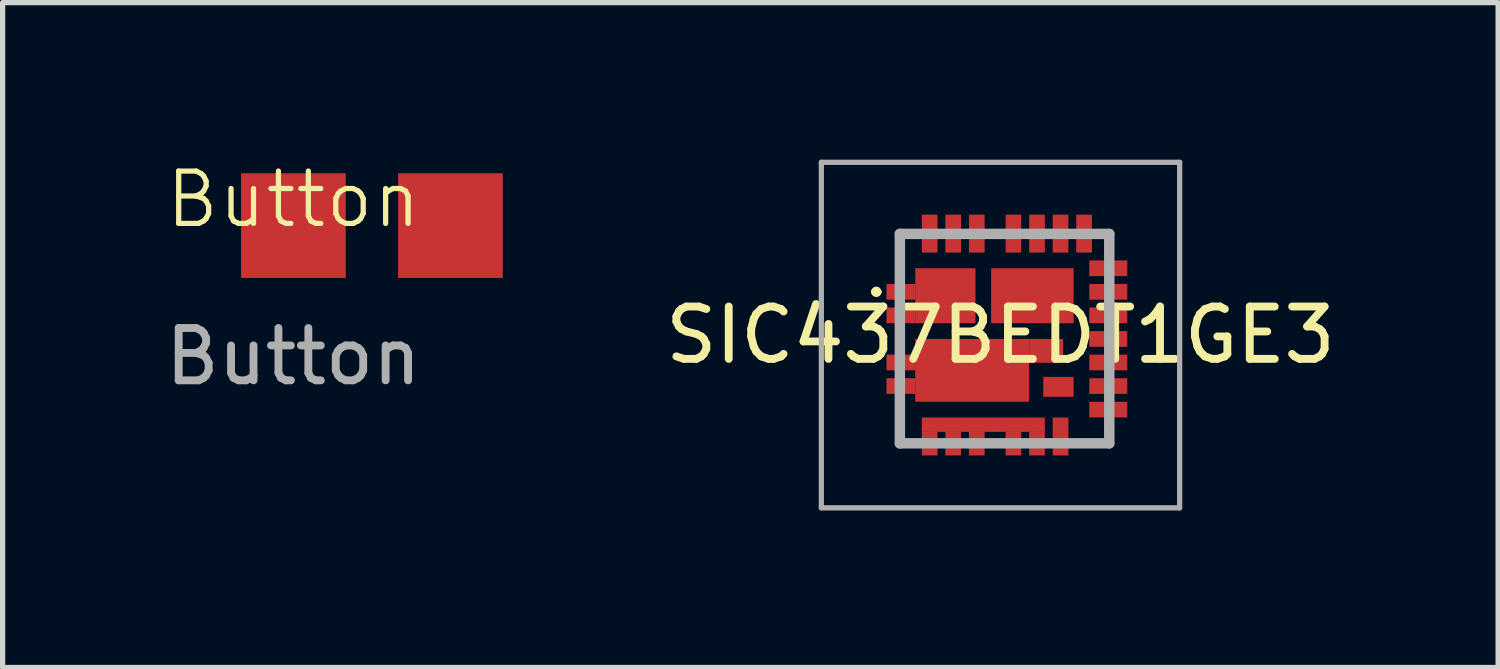
<source format=kicad_pcb>
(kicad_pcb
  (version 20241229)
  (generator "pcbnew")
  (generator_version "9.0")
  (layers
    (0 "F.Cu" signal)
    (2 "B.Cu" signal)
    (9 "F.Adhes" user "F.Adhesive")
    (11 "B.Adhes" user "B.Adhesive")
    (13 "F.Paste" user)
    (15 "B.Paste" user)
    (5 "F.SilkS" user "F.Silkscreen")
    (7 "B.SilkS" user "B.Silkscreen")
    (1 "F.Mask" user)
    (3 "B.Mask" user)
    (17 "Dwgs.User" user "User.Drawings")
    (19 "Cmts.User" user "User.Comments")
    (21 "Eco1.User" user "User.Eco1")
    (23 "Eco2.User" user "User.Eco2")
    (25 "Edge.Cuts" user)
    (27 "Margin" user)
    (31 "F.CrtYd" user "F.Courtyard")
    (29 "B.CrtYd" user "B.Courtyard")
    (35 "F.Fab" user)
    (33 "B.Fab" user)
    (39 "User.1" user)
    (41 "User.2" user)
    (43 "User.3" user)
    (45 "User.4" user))
  (footprint "Button"
    (layer "F.Cu")
    (at 2.554 1.26)
    (property "Reference" "Button" (at 0 -0.5 0) (unlocked yes) (layer "F.SilkS") (effects (font (size 1 1) (thickness 0.1))))
    (attr smd)
    (fp_text user "${REFERENCE}" (at 0 2.5 0) (unlocked yes) (layer "F.Fab") (effects (font (size 1 1) (thickness 0.15))))
    (pad "1" smd rect (at 0 0) (size 2 2) (layers "F.Cu" "F.Mask" "F.Paste"))
    (pad "2" smd rect (at 3 0) (size 2 2) (layers "F.Cu" "F.Mask" "F.Paste")))
  (footprint "SIC437BEDT1GE3"
    (layer "F.Cu")
    (at 16.138 3.418)
    (property "Reference" "SIC437BEDT1GE3" (at -0.078 -0.068 0) (layer "F.SilkS") (effects (font (size 1 1) (thickness 0.15))))
    (attr smd)
    (fp_line (start -2.5 -0.894) (end -2.5 -0.894) (stroke (width 0.1) (type solid)) (layer "F.SilkS"))
    (fp_line (start -2.4 -0.894) (end -2.4 -0.894) (stroke (width 0.1) (type solid)) (layer "F.SilkS"))
    (fp_line (start -2 -2) (end -2 -1.2) (stroke (width 0.1) (type solid)) (layer "F.SilkS"))
    (fp_line (start -2 1.2) (end -2 2.006) (stroke (width 0.1) (type solid)) (layer "F.SilkS"))
    (fp_line (start -2 2.006) (end -1.8 2.006) (stroke (width 0.1) (type solid)) (layer "F.SilkS"))
    (fp_line (start -1.8 -2) (end -2 -2) (stroke (width 0.1) (type solid)) (layer "F.SilkS"))
    (fp_line (start 1.8 -2.006) (end 2 -2.006) (stroke (width 0.1) (type solid)) (layer "F.SilkS"))
    (fp_line (start 2 -2.006) (end 2 -1.6) (stroke (width 0.1) (type solid)) (layer "F.SilkS"))
    (fp_line (start 2 1.8) (end 2 2.006) (stroke (width 0.1) (type solid)) (layer "F.SilkS"))
    (fp_line (start 2 2.006) (end 1.4 2.006) (stroke (width 0.1) (type solid)) (layer "F.SilkS"))
    (fp_arc (start -2.5 -0.894) (mid -2.45 -0.944) (end -2.4 -0.894) (stroke (width 0.1) (type solid)) (layer "F.SilkS"))
    (fp_arc (start -2.4 -0.894) (mid -2.45 -0.844) (end -2.5 -0.894) (stroke (width 0.1) (type solid)) (layer "F.SilkS"))
    (fp_line (start -3.5 -3.368) (end 3.344 -3.368) (stroke (width 0.1) (type solid)) (layer "F.Fab"))
    (fp_line (start -3.5 3.232) (end -3.5 -3.368) (stroke (width 0.1) (type solid)) (layer "F.Fab"))
    (fp_line (start -2 -2) (end 2 -2) (stroke (width 0.2) (type solid)) (layer "F.Fab"))
    (fp_line (start -2 2) (end -2 -2) (stroke (width 0.2) (type solid)) (layer "F.Fab"))
    (fp_line (start 2 -2) (end 2 2) (stroke (width 0.2) (type solid)) (layer "F.Fab"))
    (fp_line (start 2 2) (end -2 2) (stroke (width 0.2) (type solid)) (layer "F.Fab"))
    (fp_line (start 3.344 -3.368) (end 3.344 3.232) (stroke (width 0.1) (type solid)) (layer "F.Fab"))
    (fp_line (start 3.344 3.232) (end -3.5 3.232) (stroke (width 0.1) (type solid)) (layer "F.Fab"))
    (pad "1" smd rect (at -1.981 -0.894) (size 0.55 0.3) (layers "F.Cu" "F.Mask" "F.Paste"))
    (pad "2" smd rect (at -1.981 -0.444) (size 0.55 0.3) (layers "F.Cu" "F.Mask" "F.Paste"))
    (pad "3" smd rect (at -1.981 0.456) (size 0.55 0.3) (layers "F.Cu" "F.Mask" "F.Paste"))
    (pad "4" smd rect (at -1.981 0.906) (size 0.55 0.3) (layers "F.Cu" "F.Mask" "F.Paste"))
    (pad "5" smd rect (at -1.431 2.006 90) (size 0.45 0.3) (layers "F.Cu" "F.Mask" "F.Paste"))
    (pad "6" smd rect (at -0.981 2.006 90) (size 0.45 0.3) (layers "F.Cu" "F.Mask" "F.Paste"))
    (pad "7" smd rect (at -0.531 2.006 90) (size 0.45 0.3) (layers "F.Cu" "F.Mask" "F.Paste"))
    (pad "8" smd rect (at 0.169 2.006 90) (size 0.45 0.3) (layers "F.Cu" "F.Mask" "F.Paste"))
    (pad "9" smd rect (at 0.619 2.006 90) (size 0.45 0.3) (layers "F.Cu" "F.Mask" "F.Paste"))
    (pad "10" smd rect (at 1.069 1.869 90) (size 0.725 0.3) (layers "F.Cu" "F.Mask" "F.Paste"))
    (pad "11" smd rect (at 1.981 1.356) (size 0.725 0.3) (layers "F.Cu" "F.Mask" "F.Paste"))
    (pad "12" smd rect (at 1.981 0.906) (size 0.725 0.3) (layers "F.Cu" "F.Mask" "F.Paste"))
    (pad "13" smd rect (at 1.981 0.456) (size 0.725 0.3) (layers "F.Cu" "F.Mask" "F.Paste"))
    (pad "14" smd rect (at 1.981 0.006) (size 0.725 0.3) (layers "F.Cu" "F.Mask" "F.Paste"))
    (pad "15" smd rect (at 1.981 -0.444) (size 0.725 0.3) (layers "F.Cu" "F.Mask" "F.Paste"))
    (pad "16" smd rect (at 1.981 -0.894) (size 0.725 0.3) (layers "F.Cu" "F.Mask" "F.Paste"))
    (pad "17" smd rect (at 1.981 -1.344) (size 0.725 0.3) (layers "F.Cu" "F.Mask" "F.Paste"))
    (pad "18" smd rect (at 1.519 -2.006 90) (size 0.725 0.3) (layers "F.Cu" "F.Mask" "F.Paste"))
    (pad "19" smd rect (at 1.069 -2.006 90) (size 0.725 0.3) (layers "F.Cu" "F.Mask" "F.Paste"))
    (pad "20" smd rect (at 0.619 -2.006 90) (size 0.725 0.3) (layers "F.Cu" "F.Mask" "F.Paste"))
    (pad "21" smd rect (at 0.169 -2.006 90) (size 0.725 0.3) (layers "F.Cu" "F.Mask" "F.Paste"))
    (pad "22" smd rect (at -0.531 -2.006 90) (size 0.725 0.3) (layers "F.Cu" "F.Mask" "F.Paste"))
    (pad "23" smd rect (at -0.981 -2.006 90) (size 0.725 0.3) (layers "F.Cu" "F.Mask" "F.Paste"))
    (pad "24" smd rect (at -1.431 -2.006 90) (size 0.725 0.3) (layers "F.Cu" "F.Mask" "F.Paste"))
    (pad "25" smd rect (at 0.531 -0.819) (size 1.575 1.05) (layers "F.Cu" "F.Mask" "F.Paste"))
    (pad "26" smd rect (at -1.131 -0.819) (size 1.15 1.05) (layers "F.Cu" "F.Mask" "F.Paste"))
    (pad "27" smd rect (at -0.619 0.606) (size 2.175 1.2) (layers "F.Cu" "F.Mask" "F.Paste"))
    (pad "28" smd rect (at 1.029 0.921) (size 0.58 0.38) (layers "F.Cu" "F.Mask" "F.Paste"))
    (pad "29" smd rect (at 0.794 0.234) (size 0.65 0.455) (layers "F.Cu" "F.Mask" "F.Paste"))
    (pad "30" smd rect (at -0.406 1.644) (size 2.35 0.275) (layers "F.Cu" "F.Mask" "F.Paste")))
  (gr_rect
    (start -3 -3)
    (end 25.565 9.7)
    (stroke (width 0.1) (type default))
    (fill no)
    (layer "Edge.Cuts")))
</source>
